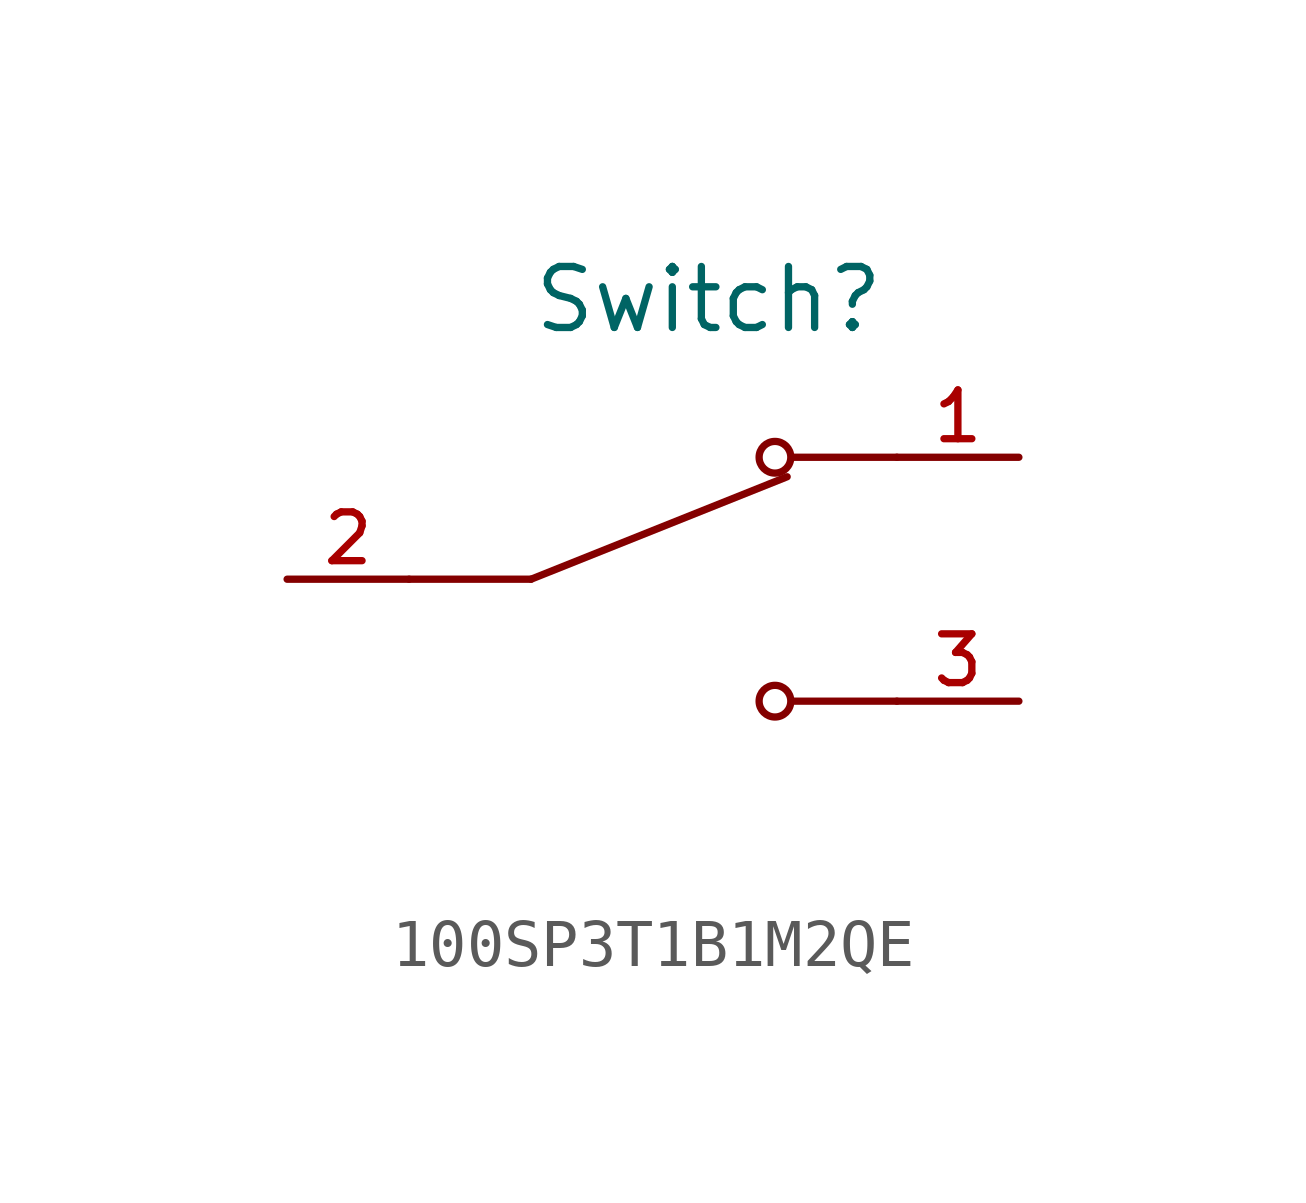
<source format=kicad_sym>
(kicad_symbol_lib
  (version 20220914)
  (generator kicad_symbol_editor)
  (symbol "100SP3T1B1M2QE"
    (pin_names
      (offset 1.016))
    (property "Reference" "Switch"
      (at -2.54 5.08 0)
      (effects (font (size 1.27 1.27)) (justify left bottom)))
    (property "Value" ""
      (at -2.54 -5.08 0)
      (effects (font (size 1.27 1.27)) (justify left top)))
    (symbol "100SP3T1B1M2QE_0_0"
      (polyline (pts (xy -2.54 0) (xy -5.08 0)) (stroke (width 0.152) (type default)) (fill (type none)))
      (polyline (pts (xy -2.54 0) (xy 2.794 2.134)) (stroke (width 0.152) (type default)) (fill (type none)))
      (polyline (pts (xy 5.08 -2.54) (xy 2.921 -2.54)) (stroke (width 0.152) (type default)) (fill (type none)))
      (polyline (pts (xy 5.08 2.54) (xy 2.921 2.54)) (stroke (width 0.152) (type default)) (fill (type none)))
      (circle (center 2.54 -2.54) (radius 0.33) (stroke (width 0.152) (type default)) (fill (type none)))
      (circle (center 2.54 2.54) (radius 0.33) (stroke (width 0.152) (type default)) (fill (type none)))
      (pin passive line (at 7.62 2.54 180) (length 2.54) (name "~" (effects (font (size 1.016 1.016)))) (number "1" (effects (font (size 1.016 1.016)))))
      (pin passive line (at -7.62 0 0) (length 2.54) (name "~" (effects (font (size 1.016 1.016)))) (number "2" (effects (font (size 1.016 1.016)))))
      (pin passive line (at 7.62 -2.54 180) (length 2.54) (name "~" (effects (font (size 1.016 1.016)))) (number "3" (effects (font (size 1.016 1.016))))))))
</source>
